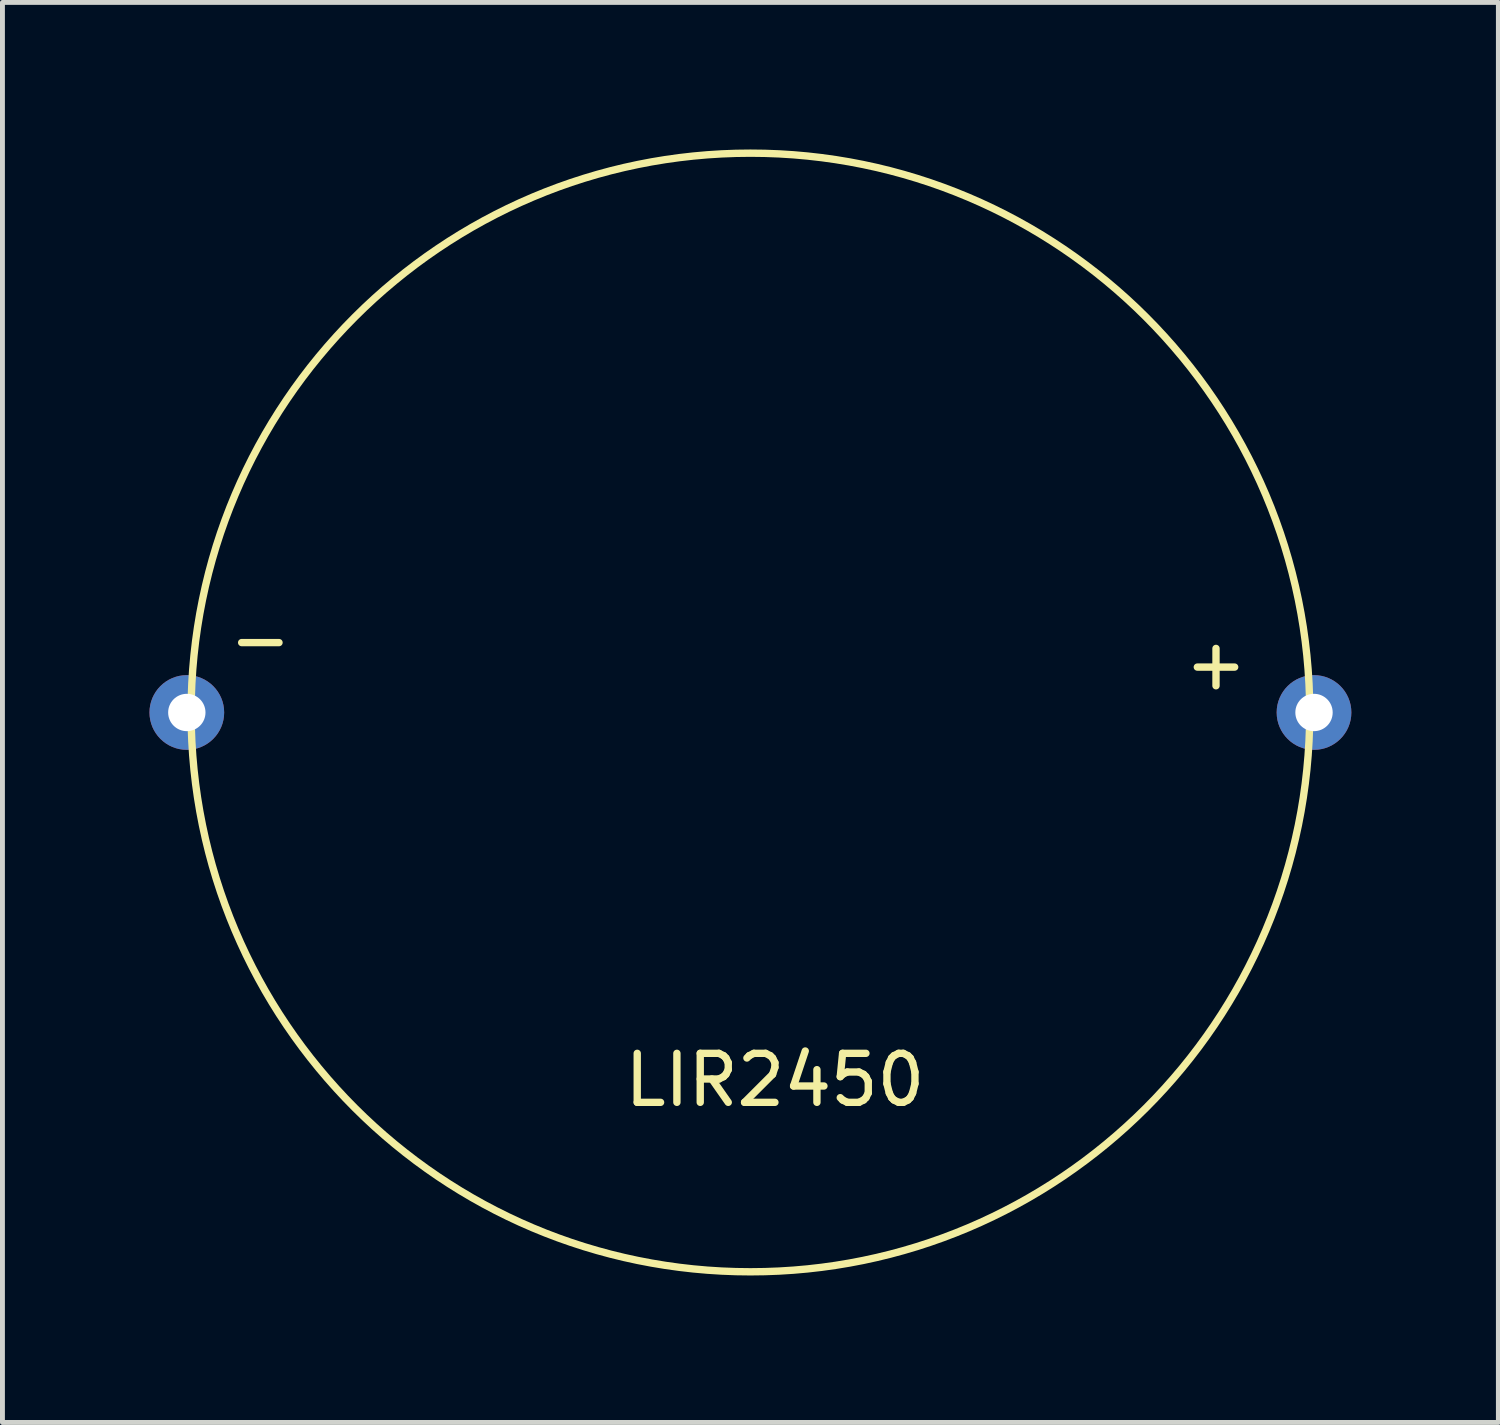
<source format=kicad_pcb>
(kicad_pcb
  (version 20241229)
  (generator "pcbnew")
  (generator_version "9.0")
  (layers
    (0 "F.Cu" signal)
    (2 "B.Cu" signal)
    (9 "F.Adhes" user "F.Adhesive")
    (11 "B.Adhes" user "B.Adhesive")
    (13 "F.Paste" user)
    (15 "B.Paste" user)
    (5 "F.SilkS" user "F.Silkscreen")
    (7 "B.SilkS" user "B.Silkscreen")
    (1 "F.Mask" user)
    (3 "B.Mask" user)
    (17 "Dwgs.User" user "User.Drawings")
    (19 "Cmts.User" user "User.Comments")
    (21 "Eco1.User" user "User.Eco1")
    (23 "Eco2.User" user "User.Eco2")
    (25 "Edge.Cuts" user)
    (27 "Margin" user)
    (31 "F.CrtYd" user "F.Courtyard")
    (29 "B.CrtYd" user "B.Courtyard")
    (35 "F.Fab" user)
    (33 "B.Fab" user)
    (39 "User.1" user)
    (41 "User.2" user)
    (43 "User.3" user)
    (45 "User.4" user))
  (footprint "LIR2450"
    (layer "F.Cu")
    (at 11.762 11.488)
    (property "Reference" "LIR2450" (at 1 7.5 0) (layer "F.SilkS") (effects (font (size 1 1) (thickness 0.15))))
    (attr through_hole)
    (fp_circle (center 0.5 0) (end 10.5 -5.5) (stroke (width 0.15) (type solid)) (fill no) (layer "F.SilkS"))
    (fp_text user "-" (at -9.5 -1.5 0) (layer "F.SilkS") (effects (font (size 1 1) (thickness 0.15))))
    (fp_text user "+" (at 10 -1 0) (layer "F.SilkS") (effects (font (size 1 1) (thickness 0.15))))
    (pad "1" thru_hole circle (at 12 0) (size 1.524 1.524) (drill 0.762) (layers "*.Cu" "*.Mask"))
    (pad "2" thru_hole circle (at -11 0) (size 1.524 1.524) (drill 0.762) (layers "*.Cu" "*.Mask")))
  (gr_rect
    (start -3 -3)
    (end 27.524 25.975)
    (stroke (width 0.1) (type default))
    (fill no)
    (layer "Edge.Cuts")))
</source>
